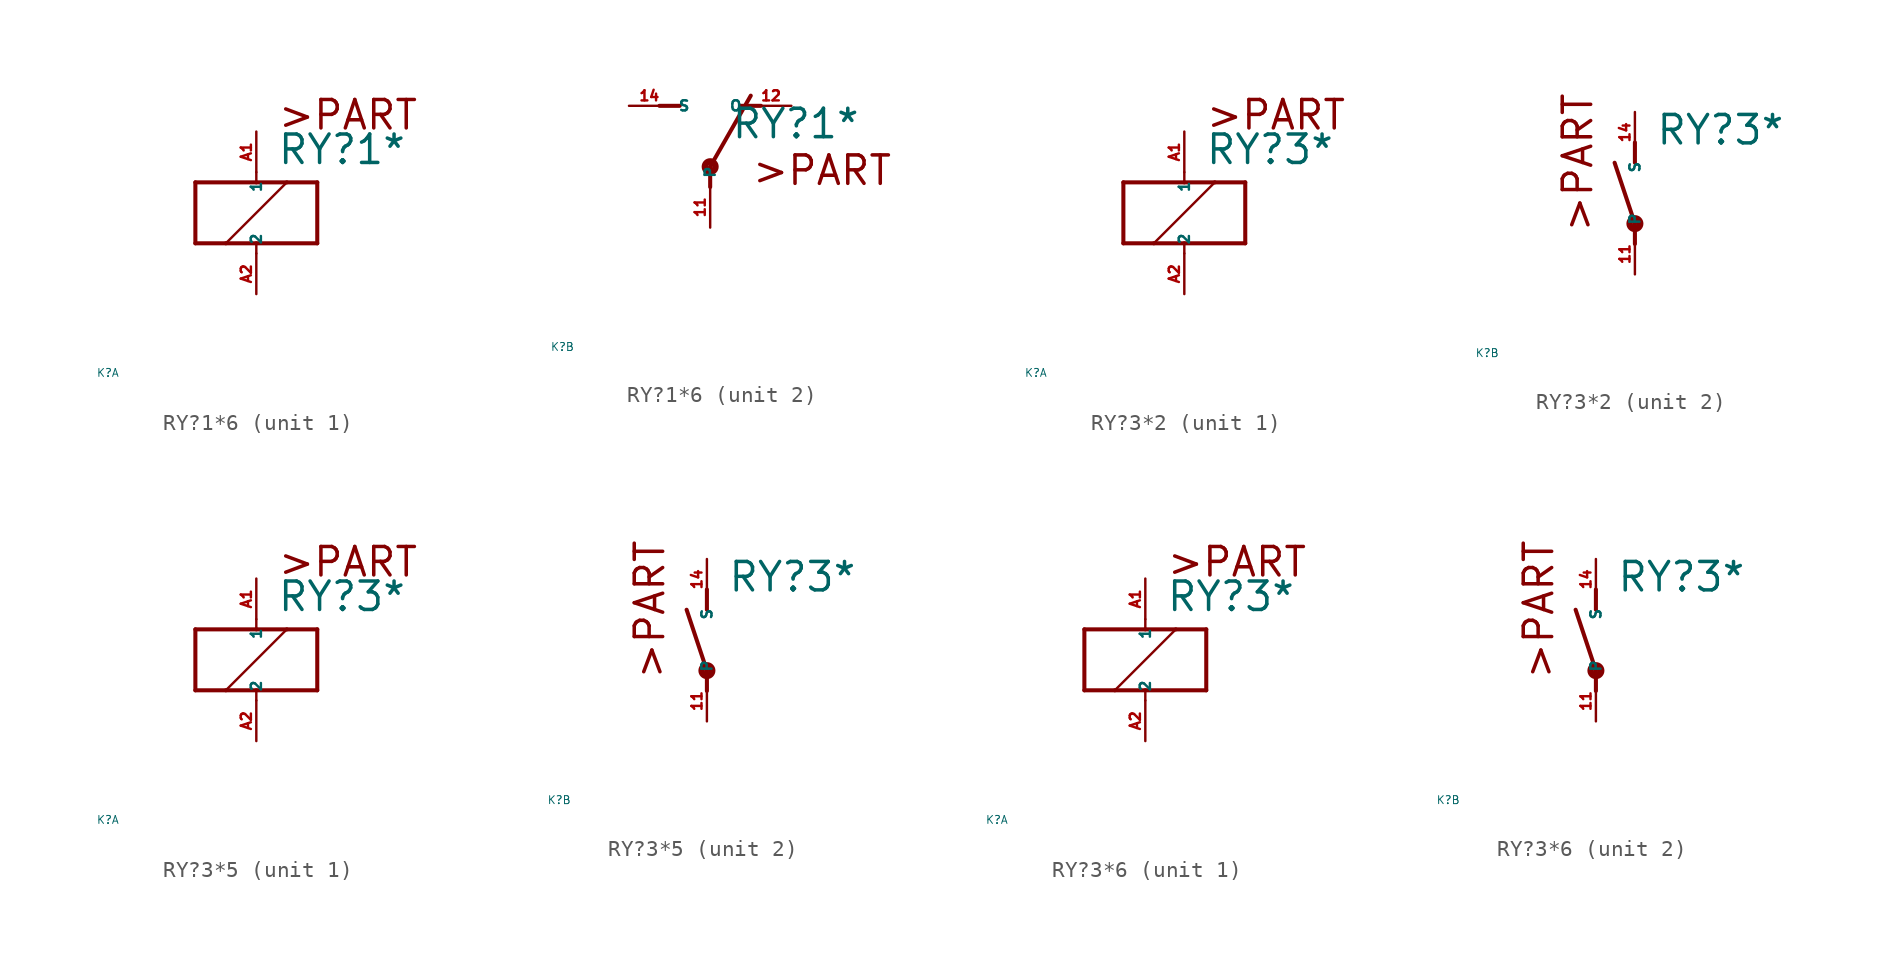
<source format=kicad_sym>
(kicad_symbol_lib
  (version 20220914)
  (generator Eagle2Kicad)
  (symbol "RY?1*6"
    (property "Reference" "K"
      (at -10 -10 0)
      (effects (font (size 0.5 0.5) (thickness 0.06)) (justify left)))
    (property "Value" "RY?1*"
      (at 1.27 2.921 0)
      (effects (font (size 1.778 1.778) (thickness 0.22)) (justify left bottom)))
    (symbol "RY?1*6_1_0"
      (polyline (pts (xy -3.81 -1.905) (xy -1.905 -1.905)) (stroke (width 0.254) (type default)) (fill (type none)))
      (polyline (pts (xy 3.81 -1.905) (xy 3.81 1.905)) (stroke (width 0.254) (type default)) (fill (type none)))
      (polyline (pts (xy 3.81 1.905) (xy 1.905 1.905)) (stroke (width 0.254) (type default)) (fill (type none)))
      (polyline (pts (xy -3.81 1.905) (xy -3.81 -1.905)) (stroke (width 0.254) (type default)) (fill (type none)))
      (polyline (pts (xy 0 -2.54) (xy 0 -1.905)) (stroke (width 0.152) (type default)) (fill (type none)))
      (polyline (pts (xy 0 -1.905) (xy 3.81 -1.905)) (stroke (width 0.254) (type default)) (fill (type none)))
      (polyline (pts (xy 0 2.54) (xy 0 1.905)) (stroke (width 0.152) (type default)) (fill (type none)))
      (polyline (pts (xy 0 1.905) (xy -3.81 1.905)) (stroke (width 0.254) (type default)) (fill (type none)))
      (polyline (pts (xy -1.905 -1.905) (xy 1.905 1.905)) (stroke (width 0.152) (type default)) (fill (type none)))
      (polyline (pts (xy -1.905 -1.905) (xy 0 -1.905)) (stroke (width 0.254) (type default)) (fill (type none)))
      (polyline (pts (xy 1.905 1.905) (xy 0 1.905)) (stroke (width 0.254) (type default)) (fill (type none)))
      (text ">PART" (at 1.27 5.08 0) (effects (font (size 1.778 1.778) (thickness 0.22)) (justify left bottom)))
      (pin passive line (at 0 -5.08 90) (length 2.54) (name "2" (effects (font (size 0.635 0.635) (thickness 0.08)) (justify left bottom))) (number "A2" (effects (font (size 0.635 0.635) (thickness 0.08)) (justify left bottom))))
      (pin passive line (at 0 5.08 270) (length 2.54) (name "1" (effects (font (size 0.635 0.635) (thickness 0.08)) (justify left bottom))) (number "A1" (effects (font (size 0.635 0.635) (thickness 0.08)) (justify left bottom)))))
    (symbol "RY?1*6_2_0"
      (polyline (pts (xy 3.175 5.08) (xy 1.905 5.08)) (stroke (width 0.254) (type default)) (fill (type none)))
      (polyline (pts (xy -3.175 5.08) (xy -1.905 5.08)) (stroke (width 0.254) (type default)) (fill (type none)))
      (polyline (pts (xy 0 1.27) (xy 2.54 5.715)) (stroke (width 0.254) (type default)) (fill (type none)))
      (polyline (pts (xy 0 1.27) (xy 0 0)) (stroke (width 0.254) (type default)) (fill (type none)))
      (text ">PART" (at 2.54 0 0) (effects (font (size 1.778 1.778) (thickness 0.22)) (justify left bottom)))
      (circle (center 0 1.27) (radius 0.127) (stroke (width 0.406) (type default)) (fill (type none)))
      (pin passive line (at 5.08 5.08 180) (length 2.54) (name "O" (effects (font (size 0.635 0.635) (thickness 0.08)) (justify left bottom))) (number "12" (effects (font (size 0.635 0.635) (thickness 0.08)) (justify left bottom))))
      (pin passive line (at -5.08 5.08 0) (length 2.54) (name "S" (effects (font (size 0.635 0.635) (thickness 0.08)) (justify left bottom))) (number "14" (effects (font (size 0.635 0.635) (thickness 0.08)) (justify left bottom))))
      (pin passive line (at 0 -2.54 90) (length 2.54) (name "P" (effects (font (size 0.635 0.635) (thickness 0.08)) (justify left bottom))) (number "11" (effects (font (size 0.635 0.635) (thickness 0.08)) (justify left bottom))))))
  (symbol "RY?3*2"
    (property "Reference" "K"
      (at -10 -10 0)
      (effects (font (size 0.5 0.5) (thickness 0.06)) (justify left)))
    (property "Value" "RY?3*"
      (at 1.27 2.921 0)
      (effects (font (size 1.778 1.778) (thickness 0.22)) (justify left bottom)))
    (symbol "RY?3*2_1_0"
      (polyline (pts (xy -3.81 -1.905) (xy -1.905 -1.905)) (stroke (width 0.254) (type default)) (fill (type none)))
      (polyline (pts (xy 3.81 -1.905) (xy 3.81 1.905)) (stroke (width 0.254) (type default)) (fill (type none)))
      (polyline (pts (xy 3.81 1.905) (xy 1.905 1.905)) (stroke (width 0.254) (type default)) (fill (type none)))
      (polyline (pts (xy -3.81 1.905) (xy -3.81 -1.905)) (stroke (width 0.254) (type default)) (fill (type none)))
      (polyline (pts (xy 0 -2.54) (xy 0 -1.905)) (stroke (width 0.152) (type default)) (fill (type none)))
      (polyline (pts (xy 0 -1.905) (xy 3.81 -1.905)) (stroke (width 0.254) (type default)) (fill (type none)))
      (polyline (pts (xy 0 2.54) (xy 0 1.905)) (stroke (width 0.152) (type default)) (fill (type none)))
      (polyline (pts (xy 0 1.905) (xy -3.81 1.905)) (stroke (width 0.254) (type default)) (fill (type none)))
      (polyline (pts (xy -1.905 -1.905) (xy 1.905 1.905)) (stroke (width 0.152) (type default)) (fill (type none)))
      (polyline (pts (xy -1.905 -1.905) (xy 0 -1.905)) (stroke (width 0.254) (type default)) (fill (type none)))
      (polyline (pts (xy 1.905 1.905) (xy 0 1.905)) (stroke (width 0.254) (type default)) (fill (type none)))
      (text ">PART" (at 1.27 5.08 0) (effects (font (size 1.778 1.778) (thickness 0.22)) (justify left bottom)))
      (pin passive line (at 0 -5.08 90) (length 2.54) (name "2" (effects (font (size 0.635 0.635) (thickness 0.08)) (justify left bottom))) (number "A2" (effects (font (size 0.635 0.635) (thickness 0.08)) (justify left bottom))))
      (pin passive line (at 0 5.08 270) (length 2.54) (name "1" (effects (font (size 0.635 0.635) (thickness 0.08)) (justify left bottom))) (number "A1" (effects (font (size 0.635 0.635) (thickness 0.08)) (justify left bottom)))))
    (symbol "RY?3*2_2_0"
      (polyline (pts (xy 0 3.175) (xy 0 1.905)) (stroke (width 0.254) (type default)) (fill (type none)))
      (polyline (pts (xy 0 -3.175) (xy 0 -1.905)) (stroke (width 0.254) (type default)) (fill (type none)))
      (polyline (pts (xy 0 -1.905) (xy -1.27 1.905)) (stroke (width 0.254) (type default)) (fill (type none)))
      (text ">PART" (at -2.54 -2.54 900) (effects (font (size 1.778 1.778) (thickness 0.22)) (justify left bottom)))
      (circle (center 0 -1.905) (radius 0.127) (stroke (width 0.406) (type default)) (fill (type none)))
      (pin passive line (at 0 -5.08 90) (length 2.54) (name "P" (effects (font (size 0.635 0.635) (thickness 0.08)) (justify left bottom))) (number "11" (effects (font (size 0.635 0.635) (thickness 0.08)) (justify left bottom))))
      (pin passive line (at 0 5.08 270) (length 2.54) (name "S" (effects (font (size 0.635 0.635) (thickness 0.08)) (justify left bottom))) (number "14" (effects (font (size 0.635 0.635) (thickness 0.08)) (justify left bottom))))))
  (symbol "RY?3*5"
    (property "Reference" "K"
      (at -10 -10 0)
      (effects (font (size 0.5 0.5) (thickness 0.06)) (justify left)))
    (property "Value" "RY?3*"
      (at 1.27 2.921 0)
      (effects (font (size 1.778 1.778) (thickness 0.22)) (justify left bottom)))
    (symbol "RY?3*5_1_0"
      (polyline (pts (xy -3.81 -1.905) (xy -1.905 -1.905)) (stroke (width 0.254) (type default)) (fill (type none)))
      (polyline (pts (xy 3.81 -1.905) (xy 3.81 1.905)) (stroke (width 0.254) (type default)) (fill (type none)))
      (polyline (pts (xy 3.81 1.905) (xy 1.905 1.905)) (stroke (width 0.254) (type default)) (fill (type none)))
      (polyline (pts (xy -3.81 1.905) (xy -3.81 -1.905)) (stroke (width 0.254) (type default)) (fill (type none)))
      (polyline (pts (xy 0 -2.54) (xy 0 -1.905)) (stroke (width 0.152) (type default)) (fill (type none)))
      (polyline (pts (xy 0 -1.905) (xy 3.81 -1.905)) (stroke (width 0.254) (type default)) (fill (type none)))
      (polyline (pts (xy 0 2.54) (xy 0 1.905)) (stroke (width 0.152) (type default)) (fill (type none)))
      (polyline (pts (xy 0 1.905) (xy -3.81 1.905)) (stroke (width 0.254) (type default)) (fill (type none)))
      (polyline (pts (xy -1.905 -1.905) (xy 1.905 1.905)) (stroke (width 0.152) (type default)) (fill (type none)))
      (polyline (pts (xy -1.905 -1.905) (xy 0 -1.905)) (stroke (width 0.254) (type default)) (fill (type none)))
      (polyline (pts (xy 1.905 1.905) (xy 0 1.905)) (stroke (width 0.254) (type default)) (fill (type none)))
      (text ">PART" (at 1.27 5.08 0) (effects (font (size 1.778 1.778) (thickness 0.22)) (justify left bottom)))
      (pin passive line (at 0 -5.08 90) (length 2.54) (name "2" (effects (font (size 0.635 0.635) (thickness 0.08)) (justify left bottom))) (number "A2" (effects (font (size 0.635 0.635) (thickness 0.08)) (justify left bottom))))
      (pin passive line (at 0 5.08 270) (length 2.54) (name "1" (effects (font (size 0.635 0.635) (thickness 0.08)) (justify left bottom))) (number "A1" (effects (font (size 0.635 0.635) (thickness 0.08)) (justify left bottom)))))
    (symbol "RY?3*5_2_0"
      (polyline (pts (xy 0 3.175) (xy 0 1.905)) (stroke (width 0.254) (type default)) (fill (type none)))
      (polyline (pts (xy 0 -3.175) (xy 0 -1.905)) (stroke (width 0.254) (type default)) (fill (type none)))
      (polyline (pts (xy 0 -1.905) (xy -1.27 1.905)) (stroke (width 0.254) (type default)) (fill (type none)))
      (text ">PART" (at -2.54 -2.54 900) (effects (font (size 1.778 1.778) (thickness 0.22)) (justify left bottom)))
      (circle (center 0 -1.905) (radius 0.127) (stroke (width 0.406) (type default)) (fill (type none)))
      (pin passive line (at 0 -5.08 90) (length 2.54) (name "P" (effects (font (size 0.635 0.635) (thickness 0.08)) (justify left bottom))) (number "11" (effects (font (size 0.635 0.635) (thickness 0.08)) (justify left bottom))))
      (pin passive line (at 0 5.08 270) (length 2.54) (name "S" (effects (font (size 0.635 0.635) (thickness 0.08)) (justify left bottom))) (number "14" (effects (font (size 0.635 0.635) (thickness 0.08)) (justify left bottom))))))
  (symbol "RY?3*6"
    (property "Reference" "K"
      (at -10 -10 0)
      (effects (font (size 0.5 0.5) (thickness 0.06)) (justify left)))
    (property "Value" "RY?3*"
      (at 1.27 2.921 0)
      (effects (font (size 1.778 1.778) (thickness 0.22)) (justify left bottom)))
    (symbol "RY?3*6_1_0"
      (polyline (pts (xy -3.81 -1.905) (xy -1.905 -1.905)) (stroke (width 0.254) (type default)) (fill (type none)))
      (polyline (pts (xy 3.81 -1.905) (xy 3.81 1.905)) (stroke (width 0.254) (type default)) (fill (type none)))
      (polyline (pts (xy 3.81 1.905) (xy 1.905 1.905)) (stroke (width 0.254) (type default)) (fill (type none)))
      (polyline (pts (xy -3.81 1.905) (xy -3.81 -1.905)) (stroke (width 0.254) (type default)) (fill (type none)))
      (polyline (pts (xy 0 -2.54) (xy 0 -1.905)) (stroke (width 0.152) (type default)) (fill (type none)))
      (polyline (pts (xy 0 -1.905) (xy 3.81 -1.905)) (stroke (width 0.254) (type default)) (fill (type none)))
      (polyline (pts (xy 0 2.54) (xy 0 1.905)) (stroke (width 0.152) (type default)) (fill (type none)))
      (polyline (pts (xy 0 1.905) (xy -3.81 1.905)) (stroke (width 0.254) (type default)) (fill (type none)))
      (polyline (pts (xy -1.905 -1.905) (xy 1.905 1.905)) (stroke (width 0.152) (type default)) (fill (type none)))
      (polyline (pts (xy -1.905 -1.905) (xy 0 -1.905)) (stroke (width 0.254) (type default)) (fill (type none)))
      (polyline (pts (xy 1.905 1.905) (xy 0 1.905)) (stroke (width 0.254) (type default)) (fill (type none)))
      (text ">PART" (at 1.27 5.08 0) (effects (font (size 1.778 1.778) (thickness 0.22)) (justify left bottom)))
      (pin passive line (at 0 -5.08 90) (length 2.54) (name "2" (effects (font (size 0.635 0.635) (thickness 0.08)) (justify left bottom))) (number "A2" (effects (font (size 0.635 0.635) (thickness 0.08)) (justify left bottom))))
      (pin passive line (at 0 5.08 270) (length 2.54) (name "1" (effects (font (size 0.635 0.635) (thickness 0.08)) (justify left bottom))) (number "A1" (effects (font (size 0.635 0.635) (thickness 0.08)) (justify left bottom)))))
    (symbol "RY?3*6_2_0"
      (polyline (pts (xy 0 3.175) (xy 0 1.905)) (stroke (width 0.254) (type default)) (fill (type none)))
      (polyline (pts (xy 0 -3.175) (xy 0 -1.905)) (stroke (width 0.254) (type default)) (fill (type none)))
      (polyline (pts (xy 0 -1.905) (xy -1.27 1.905)) (stroke (width 0.254) (type default)) (fill (type none)))
      (text ">PART" (at -2.54 -2.54 900) (effects (font (size 1.778 1.778) (thickness 0.22)) (justify left bottom)))
      (circle (center 0 -1.905) (radius 0.127) (stroke (width 0.406) (type default)) (fill (type none)))
      (pin passive line (at 0 -5.08 90) (length 2.54) (name "P" (effects (font (size 0.635 0.635) (thickness 0.08)) (justify left bottom))) (number "11" (effects (font (size 0.635 0.635) (thickness 0.08)) (justify left bottom))))
      (pin passive line (at 0 5.08 270) (length 2.54) (name "S" (effects (font (size 0.635 0.635) (thickness 0.08)) (justify left bottom))) (number "14" (effects (font (size 0.635 0.635) (thickness 0.08)) (justify left bottom)))))))
</source>
